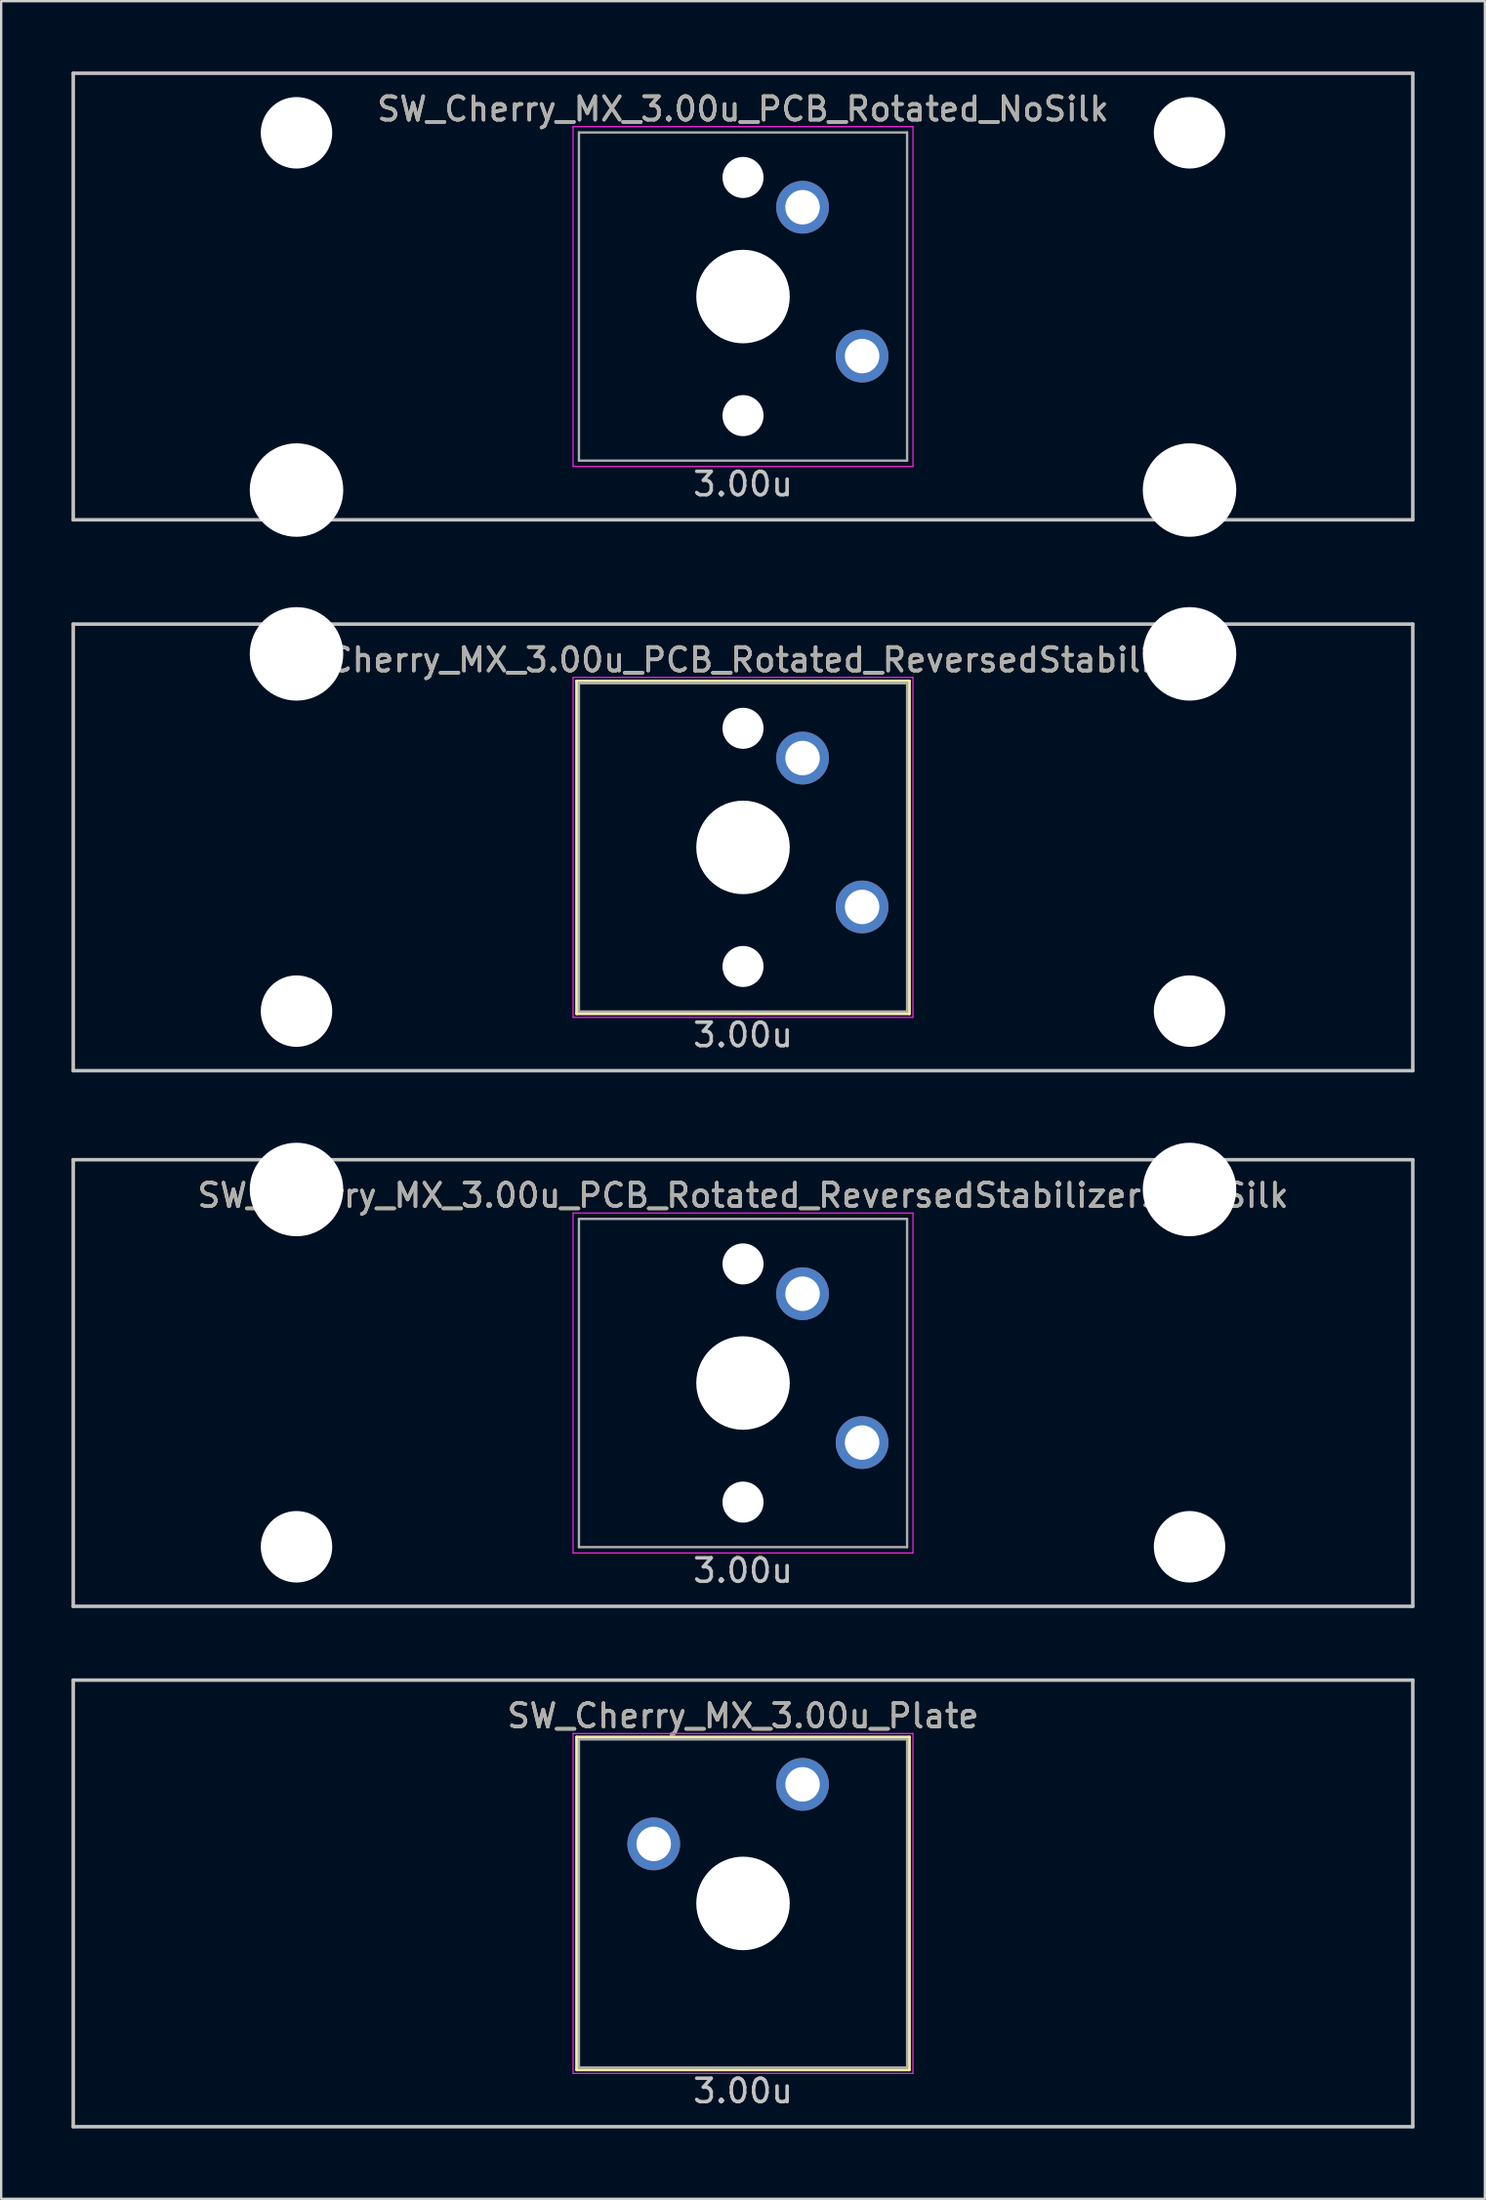
<source format=kicad_pcb>
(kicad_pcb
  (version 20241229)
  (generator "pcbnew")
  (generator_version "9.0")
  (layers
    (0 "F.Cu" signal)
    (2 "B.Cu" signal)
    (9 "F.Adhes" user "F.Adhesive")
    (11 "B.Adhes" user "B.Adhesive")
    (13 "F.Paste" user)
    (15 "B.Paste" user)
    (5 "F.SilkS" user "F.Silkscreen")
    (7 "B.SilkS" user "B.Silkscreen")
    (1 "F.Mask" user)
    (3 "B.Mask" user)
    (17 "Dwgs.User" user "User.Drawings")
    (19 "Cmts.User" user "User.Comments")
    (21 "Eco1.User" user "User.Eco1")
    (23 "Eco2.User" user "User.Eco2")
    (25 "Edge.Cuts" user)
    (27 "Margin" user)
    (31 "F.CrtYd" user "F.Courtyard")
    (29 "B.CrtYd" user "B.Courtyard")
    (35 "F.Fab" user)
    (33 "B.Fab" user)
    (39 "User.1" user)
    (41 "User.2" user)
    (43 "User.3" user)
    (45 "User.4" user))
  (footprint "SW_Cherry_MX_3.00u_PCB_Rotated_ReversedStabilizers_NoSilk"
    (layer "F.Cu")
    (at 28.65 55.947)
    (property "Reference" "SW_Cherry_MX_3.00u_PCB_Rotated_ReversedStabilizers_NoSilk" (at 0 -8 0) (layer "F.SilkS") (effects (font (size 1 1) (thickness 0.15))))
    (attr through_hole)
    (fp_line (start -28.575 -9.525) (end 28.575 -9.525) (stroke (width 0.15) (type solid)) (layer "Dwgs.User"))
    (fp_line (start -28.575 9.525) (end -28.575 -9.525) (stroke (width 0.15) (type solid)) (layer "Dwgs.User"))
    (fp_line (start -28.575 9.525) (end 28.575 9.525) (stroke (width 0.15) (type solid)) (layer "Dwgs.User"))
    (fp_line (start 28.575 -9.525) (end 28.575 9.525) (stroke (width 0.15) (type solid)) (layer "Dwgs.User"))
    (fp_line (start -7.25 -7.25) (end 7.25 -7.25) (stroke (width 0.05) (type solid)) (layer "F.CrtYd"))
    (fp_line (start -7.25 7.25) (end -7.25 -7.25) (stroke (width 0.05) (type solid)) (layer "F.CrtYd"))
    (fp_line (start 7.25 -7.25) (end 7.25 7.25) (stroke (width 0.05) (type solid)) (layer "F.CrtYd"))
    (fp_line (start 7.25 7.25) (end -7.25 7.25) (stroke (width 0.05) (type solid)) (layer "F.CrtYd"))
    (fp_line (start -7 -7) (end 7 -7) (stroke (width 0.1) (type solid)) (layer "F.Fab"))
    (fp_line (start -7 7) (end -7 -7) (stroke (width 0.1) (type solid)) (layer "F.Fab"))
    (fp_line (start 7 -7) (end 7 7) (stroke (width 0.1) (type solid)) (layer "F.Fab"))
    (fp_line (start 7 7) (end -7 7) (stroke (width 0.1) (type solid)) (layer "F.Fab"))
    (fp_text user "3.00u" (at 0 8 0) (layer "Dwgs.User") (effects (font (size 1 1) (thickness 0.15))))
    (fp_text user "${REFERENCE}" (at 0 -8 0) (layer "F.Fab") (effects (font (size 1 1) (thickness 0.15))))
    (pad "" np_thru_hole circle (at -19.05 -8.255) (size 3.988 3.988) (drill 3.988) (layers "*.Cu" "*.Mask"))
    (pad "" np_thru_hole circle (at -19.05 6.985) (size 3.048 3.048) (drill 3.048) (layers "*.Cu" "*.Mask"))
    (pad "" np_thru_hole circle (at 0 -5.08 318.1) (size 1.75 1.75) (drill 1.75) (layers "*.Cu" "*.Mask"))
    (pad "" np_thru_hole circle (at 0 0 270) (size 3.988 3.988) (drill 3.988) (layers "*.Cu" "*.Mask"))
    (pad "" np_thru_hole circle (at 0 5.08 318.1) (size 1.75 1.75) (drill 1.75) (layers "*.Cu" "*.Mask"))
    (pad "" np_thru_hole circle (at 19.05 -8.255) (size 3.988 3.988) (drill 3.988) (layers "*.Cu" "*.Mask"))
    (pad "" np_thru_hole circle (at 19.05 6.985) (size 3.048 3.048) (drill 3.048) (layers "*.Cu" "*.Mask"))
    (pad "1" thru_hole circle (at 2.54 -3.81 318.1) (size 2.25 2.25) (drill 1.47) (layers "*.Cu" "B.Mask"))
    (pad "2" thru_hole circle (at 5.08 2.54 270) (size 2.25 2.25) (drill 1.47) (layers "*.Cu" "B.Mask")))
  (footprint "SW_Cherry_MX_3.00u_PCB_Rotated_ReversedStabilizers"
    (layer "F.Cu")
    (at 28.65 33.098)
    (property "Reference" "SW_Cherry_MX_3.00u_PCB_Rotated_ReversedStabilizers" (at 0 -8 0) (layer "F.SilkS") (effects (font (size 1 1) (thickness 0.15))))
    (attr through_hole)
    (fp_line (start -7.1 -7.1) (end 7.1 -7.1) (stroke (width 0.12) (type solid)) (layer "F.SilkS"))
    (fp_line (start -7.1 7.1) (end -7.1 -7.1) (stroke (width 0.12) (type solid)) (layer "F.SilkS"))
    (fp_line (start 7.1 -7.1) (end 7.1 7.1) (stroke (width 0.12) (type solid)) (layer "F.SilkS"))
    (fp_line (start 7.1 7.1) (end -7.1 7.1) (stroke (width 0.12) (type solid)) (layer "F.SilkS"))
    (fp_line (start -28.575 -9.525) (end 28.575 -9.525) (stroke (width 0.15) (type solid)) (layer "Dwgs.User"))
    (fp_line (start -28.575 9.525) (end -28.575 -9.525) (stroke (width 0.15) (type solid)) (layer "Dwgs.User"))
    (fp_line (start -28.575 9.525) (end 28.575 9.525) (stroke (width 0.15) (type solid)) (layer "Dwgs.User"))
    (fp_line (start 28.575 -9.525) (end 28.575 9.525) (stroke (width 0.15) (type solid)) (layer "Dwgs.User"))
    (fp_line (start -7.25 -7.25) (end 7.25 -7.25) (stroke (width 0.05) (type solid)) (layer "F.CrtYd"))
    (fp_line (start -7.25 7.25) (end -7.25 -7.25) (stroke (width 0.05) (type solid)) (layer "F.CrtYd"))
    (fp_line (start 7.25 -7.25) (end 7.25 7.25) (stroke (width 0.05) (type solid)) (layer "F.CrtYd"))
    (fp_line (start 7.25 7.25) (end -7.25 7.25) (stroke (width 0.05) (type solid)) (layer "F.CrtYd"))
    (fp_line (start -7 -7) (end 7 -7) (stroke (width 0.1) (type solid)) (layer "F.Fab"))
    (fp_line (start -7 7) (end -7 -7) (stroke (width 0.1) (type solid)) (layer "F.Fab"))
    (fp_line (start 7 -7) (end 7 7) (stroke (width 0.1) (type solid)) (layer "F.Fab"))
    (fp_line (start 7 7) (end -7 7) (stroke (width 0.1) (type solid)) (layer "F.Fab"))
    (fp_text user "3.00u" (at 0 8 0) (layer "Dwgs.User") (effects (font (size 1 1) (thickness 0.15))))
    (fp_text user "${REFERENCE}" (at 0 -8 0) (layer "F.Fab") (effects (font (size 1 1) (thickness 0.15))))
    (pad "" np_thru_hole circle (at -19.05 -8.255) (size 3.988 3.988) (drill 3.988) (layers "*.Cu" "*.Mask"))
    (pad "" np_thru_hole circle (at -19.05 6.985) (size 3.048 3.048) (drill 3.048) (layers "*.Cu" "*.Mask"))
    (pad "" np_thru_hole circle (at 0 -5.08 318.1) (size 1.75 1.75) (drill 1.75) (layers "*.Cu" "*.Mask"))
    (pad "" np_thru_hole circle (at 0 0 270) (size 3.988 3.988) (drill 3.988) (layers "*.Cu" "*.Mask"))
    (pad "" np_thru_hole circle (at 0 5.08 318.1) (size 1.75 1.75) (drill 1.75) (layers "*.Cu" "*.Mask"))
    (pad "" np_thru_hole circle (at 19.05 -8.255) (size 3.988 3.988) (drill 3.988) (layers "*.Cu" "*.Mask"))
    (pad "" np_thru_hole circle (at 19.05 6.985) (size 3.048 3.048) (drill 3.048) (layers "*.Cu" "*.Mask"))
    (pad "1" thru_hole circle (at 2.54 -3.81 318.1) (size 2.25 2.25) (drill 1.47) (layers "*.Cu" "B.Mask"))
    (pad "2" thru_hole circle (at 5.08 2.54 270) (size 2.25 2.25) (drill 1.47) (layers "*.Cu" "B.Mask")))
  (footprint "SW_Cherry_MX_3.00u_Plate"
    (layer "F.Cu")
    (at 28.65 78.147)
    (property "Reference" "SW_Cherry_MX_3.00u_Plate" (at 0 -8 0) (layer "F.SilkS") (effects (font (size 1 1) (thickness 0.15))))
    (attr through_hole)
    (fp_line (start -7.1 -7.1) (end 7.1 -7.1) (stroke (width 0.12) (type solid)) (layer "F.SilkS"))
    (fp_line (start -7.1 7.1) (end -7.1 -7.1) (stroke (width 0.12) (type solid)) (layer "F.SilkS"))
    (fp_line (start 7.1 -7.1) (end 7.1 7.1) (stroke (width 0.12) (type solid)) (layer "F.SilkS"))
    (fp_line (start 7.1 7.1) (end -7.1 7.1) (stroke (width 0.12) (type solid)) (layer "F.SilkS"))
    (fp_line (start -28.575 -9.525) (end 28.575 -9.525) (stroke (width 0.15) (type solid)) (layer "Dwgs.User"))
    (fp_line (start -28.575 9.525) (end -28.575 -9.525) (stroke (width 0.15) (type solid)) (layer "Dwgs.User"))
    (fp_line (start -28.575 9.525) (end 28.575 9.525) (stroke (width 0.15) (type solid)) (layer "Dwgs.User"))
    (fp_line (start 28.575 -9.525) (end 28.575 9.525) (stroke (width 0.15) (type solid)) (layer "Dwgs.User"))
    (fp_line (start -7.25 -7.25) (end 7.25 -7.25) (stroke (width 0.05) (type solid)) (layer "F.CrtYd"))
    (fp_line (start -7.25 7.25) (end -7.25 -7.25) (stroke (width 0.05) (type solid)) (layer "F.CrtYd"))
    (fp_line (start 7.25 -7.25) (end 7.25 7.25) (stroke (width 0.05) (type solid)) (layer "F.CrtYd"))
    (fp_line (start 7.25 7.25) (end -7.25 7.25) (stroke (width 0.05) (type solid)) (layer "F.CrtYd"))
    (fp_line (start -7 -7) (end 7 -7) (stroke (width 0.1) (type solid)) (layer "F.Fab"))
    (fp_line (start -7 7) (end -7 -7) (stroke (width 0.1) (type solid)) (layer "F.Fab"))
    (fp_line (start 7 -7) (end 7 7) (stroke (width 0.1) (type solid)) (layer "F.Fab"))
    (fp_line (start 7 7) (end -7 7) (stroke (width 0.1) (type solid)) (layer "F.Fab"))
    (fp_text user "3.00u" (at 0 8 0) (layer "Dwgs.User") (effects (font (size 1 1) (thickness 0.15))))
    (fp_text user "${REFERENCE}" (at 0 -8 0) (layer "F.Fab") (effects (font (size 1 1) (thickness 0.15))))
    (pad "" np_thru_hole circle (at 0 0) (size 3.988 3.988) (drill 3.988) (layers "*.Cu" "*.Mask"))
    (pad "1" thru_hole circle (at -3.81 -2.54 48.1) (size 2.25 2.25) (drill 1.47) (layers "*.Cu" "B.Mask"))
    (pad "2" thru_hole circle (at 2.54 -5.08) (size 2.25 2.25) (drill 1.47) (layers "*.Cu" "B.Mask")))
  (footprint "SW_Cherry_MX_3.00u_PCB_Rotated_NoSilk"
    (layer "F.Cu")
    (at 28.65 9.6)
    (property "Reference" "SW_Cherry_MX_3.00u_PCB_Rotated_NoSilk" (at 0 -8 0) (layer "F.SilkS") (effects (font (size 1 1) (thickness 0.15))))
    (attr through_hole)
    (fp_line (start -28.575 -9.525) (end 28.575 -9.525) (stroke (width 0.15) (type solid)) (layer "Dwgs.User"))
    (fp_line (start -28.575 9.525) (end -28.575 -9.525) (stroke (width 0.15) (type solid)) (layer "Dwgs.User"))
    (fp_line (start -28.575 9.525) (end 28.575 9.525) (stroke (width 0.15) (type solid)) (layer "Dwgs.User"))
    (fp_line (start 28.575 -9.525) (end 28.575 9.525) (stroke (width 0.15) (type solid)) (layer "Dwgs.User"))
    (fp_line (start -7.25 -7.25) (end 7.25 -7.25) (stroke (width 0.05) (type solid)) (layer "F.CrtYd"))
    (fp_line (start -7.25 7.25) (end -7.25 -7.25) (stroke (width 0.05) (type solid)) (layer "F.CrtYd"))
    (fp_line (start 7.25 -7.25) (end 7.25 7.25) (stroke (width 0.05) (type solid)) (layer "F.CrtYd"))
    (fp_line (start 7.25 7.25) (end -7.25 7.25) (stroke (width 0.05) (type solid)) (layer "F.CrtYd"))
    (fp_line (start -7 -7) (end 7 -7) (stroke (width 0.1) (type solid)) (layer "F.Fab"))
    (fp_line (start -7 7) (end -7 -7) (stroke (width 0.1) (type solid)) (layer "F.Fab"))
    (fp_line (start 7 -7) (end 7 7) (stroke (width 0.1) (type solid)) (layer "F.Fab"))
    (fp_line (start 7 7) (end -7 7) (stroke (width 0.1) (type solid)) (layer "F.Fab"))
    (fp_text user "3.00u" (at 0 8 0) (layer "Dwgs.User") (effects (font (size 1 1) (thickness 0.15))))
    (fp_text user "${REFERENCE}" (at 0 -8 0) (layer "F.Fab") (effects (font (size 1 1) (thickness 0.15))))
    (pad "" np_thru_hole circle (at -19.05 -6.985) (size 3.048 3.048) (drill 3.048) (layers "*.Cu" "*.Mask"))
    (pad "" np_thru_hole circle (at -19.05 8.255) (size 3.988 3.988) (drill 3.988) (layers "*.Cu" "*.Mask"))
    (pad "" np_thru_hole circle (at 0 -5.08 318.1) (size 1.75 1.75) (drill 1.75) (layers "*.Cu" "*.Mask"))
    (pad "" np_thru_hole circle (at 0 0 270) (size 3.988 3.988) (drill 3.988) (layers "*.Cu" "*.Mask"))
    (pad "" np_thru_hole circle (at 0 5.08 318.1) (size 1.75 1.75) (drill 1.75) (layers "*.Cu" "*.Mask"))
    (pad "" np_thru_hole circle (at 19.05 -6.985) (size 3.048 3.048) (drill 3.048) (layers "*.Cu" "*.Mask"))
    (pad "" np_thru_hole circle (at 19.05 8.255) (size 3.988 3.988) (drill 3.988) (layers "*.Cu" "*.Mask"))
    (pad "1" thru_hole circle (at 2.54 -3.81 318.1) (size 2.25 2.25) (drill 1.47) (layers "*.Cu" "B.Mask"))
    (pad "2" thru_hole circle (at 5.08 2.54 270) (size 2.25 2.25) (drill 1.47) (layers "*.Cu" "B.Mask")))
  (gr_rect
    (start -3 -3)
    (end 60.3 90.747)
    (stroke (width 0.1) (type default))
    (fill no)
    (layer "Edge.Cuts")))
</source>
